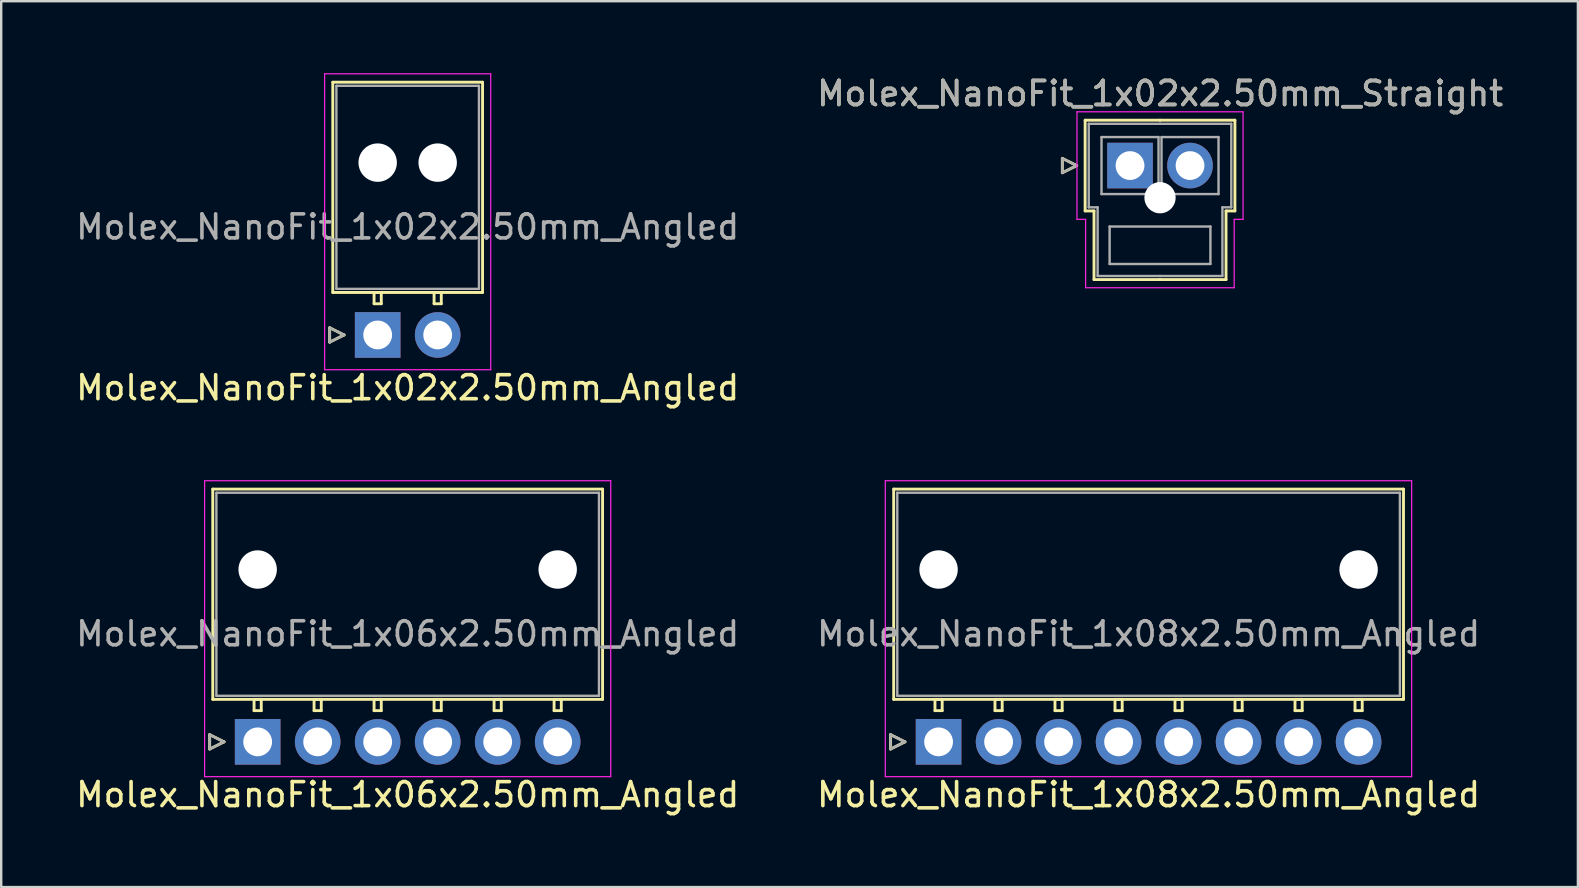
<source format=kicad_pcb>
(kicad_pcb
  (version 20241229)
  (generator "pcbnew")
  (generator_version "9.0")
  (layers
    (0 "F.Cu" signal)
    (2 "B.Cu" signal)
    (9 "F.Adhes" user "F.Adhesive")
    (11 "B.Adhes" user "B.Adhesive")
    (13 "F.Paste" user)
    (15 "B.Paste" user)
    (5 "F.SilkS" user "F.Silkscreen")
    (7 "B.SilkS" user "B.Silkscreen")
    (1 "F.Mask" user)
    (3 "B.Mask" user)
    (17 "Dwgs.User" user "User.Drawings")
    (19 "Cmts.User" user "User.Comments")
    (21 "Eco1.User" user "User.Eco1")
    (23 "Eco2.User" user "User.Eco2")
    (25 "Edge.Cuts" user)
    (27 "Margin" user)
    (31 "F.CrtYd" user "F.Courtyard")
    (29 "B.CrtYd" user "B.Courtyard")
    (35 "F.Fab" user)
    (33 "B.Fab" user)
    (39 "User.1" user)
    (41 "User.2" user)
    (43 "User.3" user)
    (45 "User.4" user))
  (footprint "Molex_NanoFit_1x08x2.50mm_Angled"
    (layer "F.Cu")
    (at 36.054 27.858)
    (property "Reference" "Molex_NanoFit_1x08x2.50mm_Angled" (at 8.75 2.2 0) (layer "F.SilkS") (effects (font (size 1 1) (thickness 0.15))))
    (attr through_hole)
    (fp_line (start -2 -0.3) (end -1.4 0) (stroke (width 0.12) (type solid)) (layer "F.SilkS"))
    (fp_line (start -2 0.3) (end -2 -0.3) (stroke (width 0.12) (type solid)) (layer "F.SilkS"))
    (fp_line (start -1.87 -10.53) (end -1.87 -1.77) (stroke (width 0.12) (type solid)) (layer "F.SilkS"))
    (fp_line (start -1.87 -1.77) (end 19.37 -1.77) (stroke (width 0.12) (type solid)) (layer "F.SilkS"))
    (fp_line (start -1.4 0) (end -2 0.3) (stroke (width 0.12) (type solid)) (layer "F.SilkS"))
    (fp_line (start -0.15 -1.77) (end -0.15 -1.3) (stroke (width 0.12) (type solid)) (layer "F.SilkS"))
    (fp_line (start -0.15 -1.3) (end 0.15 -1.3) (stroke (width 0.12) (type solid)) (layer "F.SilkS"))
    (fp_line (start 0.15 -1.77) (end -0.15 -1.77) (stroke (width 0.12) (type solid)) (layer "F.SilkS"))
    (fp_line (start 0.15 -1.3) (end 0.15 -1.77) (stroke (width 0.12) (type solid)) (layer "F.SilkS"))
    (fp_line (start 2.35 -1.77) (end 2.35 -1.3) (stroke (width 0.12) (type solid)) (layer "F.SilkS"))
    (fp_line (start 2.35 -1.3) (end 2.65 -1.3) (stroke (width 0.12) (type solid)) (layer "F.SilkS"))
    (fp_line (start 2.65 -1.77) (end 2.35 -1.77) (stroke (width 0.12) (type solid)) (layer "F.SilkS"))
    (fp_line (start 2.65 -1.3) (end 2.65 -1.77) (stroke (width 0.12) (type solid)) (layer "F.SilkS"))
    (fp_line (start 4.85 -1.77) (end 4.85 -1.3) (stroke (width 0.12) (type solid)) (layer "F.SilkS"))
    (fp_line (start 4.85 -1.3) (end 5.15 -1.3) (stroke (width 0.12) (type solid)) (layer "F.SilkS"))
    (fp_line (start 5.15 -1.77) (end 4.85 -1.77) (stroke (width 0.12) (type solid)) (layer "F.SilkS"))
    (fp_line (start 5.15 -1.3) (end 5.15 -1.77) (stroke (width 0.12) (type solid)) (layer "F.SilkS"))
    (fp_line (start 7.35 -1.77) (end 7.35 -1.3) (stroke (width 0.12) (type solid)) (layer "F.SilkS"))
    (fp_line (start 7.35 -1.3) (end 7.65 -1.3) (stroke (width 0.12) (type solid)) (layer "F.SilkS"))
    (fp_line (start 7.65 -1.77) (end 7.35 -1.77) (stroke (width 0.12) (type solid)) (layer "F.SilkS"))
    (fp_line (start 7.65 -1.3) (end 7.65 -1.77) (stroke (width 0.12) (type solid)) (layer "F.SilkS"))
    (fp_line (start 9.85 -1.77) (end 9.85 -1.3) (stroke (width 0.12) (type solid)) (layer "F.SilkS"))
    (fp_line (start 9.85 -1.3) (end 10.15 -1.3) (stroke (width 0.12) (type solid)) (layer "F.SilkS"))
    (fp_line (start 10.15 -1.77) (end 9.85 -1.77) (stroke (width 0.12) (type solid)) (layer "F.SilkS"))
    (fp_line (start 10.15 -1.3) (end 10.15 -1.77) (stroke (width 0.12) (type solid)) (layer "F.SilkS"))
    (fp_line (start 12.35 -1.77) (end 12.35 -1.3) (stroke (width 0.12) (type solid)) (layer "F.SilkS"))
    (fp_line (start 12.35 -1.3) (end 12.65 -1.3) (stroke (width 0.12) (type solid)) (layer "F.SilkS"))
    (fp_line (start 12.65 -1.77) (end 12.35 -1.77) (stroke (width 0.12) (type solid)) (layer "F.SilkS"))
    (fp_line (start 12.65 -1.3) (end 12.65 -1.77) (stroke (width 0.12) (type solid)) (layer "F.SilkS"))
    (fp_line (start 14.85 -1.77) (end 14.85 -1.3) (stroke (width 0.12) (type solid)) (layer "F.SilkS"))
    (fp_line (start 14.85 -1.3) (end 15.15 -1.3) (stroke (width 0.12) (type solid)) (layer "F.SilkS"))
    (fp_line (start 15.15 -1.77) (end 14.85 -1.77) (stroke (width 0.12) (type solid)) (layer "F.SilkS"))
    (fp_line (start 15.15 -1.3) (end 15.15 -1.77) (stroke (width 0.12) (type solid)) (layer "F.SilkS"))
    (fp_line (start 17.35 -1.77) (end 17.35 -1.3) (stroke (width 0.12) (type solid)) (layer "F.SilkS"))
    (fp_line (start 17.35 -1.3) (end 17.65 -1.3) (stroke (width 0.12) (type solid)) (layer "F.SilkS"))
    (fp_line (start 17.65 -1.77) (end 17.35 -1.77) (stroke (width 0.12) (type solid)) (layer "F.SilkS"))
    (fp_line (start 17.65 -1.3) (end 17.65 -1.77) (stroke (width 0.12) (type solid)) (layer "F.SilkS"))
    (fp_line (start 19.37 -10.53) (end -1.87 -10.53) (stroke (width 0.12) (type solid)) (layer "F.SilkS"))
    (fp_line (start 19.37 -1.77) (end 19.37 -10.53) (stroke (width 0.12) (type solid)) (layer "F.SilkS"))
    (fp_line (start -2.22 -10.88) (end -2.22 1.45) (stroke (width 0.05) (type solid)) (layer "F.CrtYd"))
    (fp_line (start -2.22 1.45) (end 19.71 1.45) (stroke (width 0.05) (type solid)) (layer "F.CrtYd"))
    (fp_line (start 19.71 -10.88) (end -2.22 -10.88) (stroke (width 0.05) (type solid)) (layer "F.CrtYd"))
    (fp_line (start 19.71 1.45) (end 19.71 -10.88) (stroke (width 0.05) (type solid)) (layer "F.CrtYd"))
    (fp_line (start -2 -0.3) (end -1.4 0) (stroke (width 0.1) (type solid)) (layer "F.Fab"))
    (fp_line (start -2 0.3) (end -2 -0.3) (stroke (width 0.1) (type solid)) (layer "F.Fab"))
    (fp_line (start -1.72 -10.38) (end -1.72 -1.92) (stroke (width 0.1) (type solid)) (layer "F.Fab"))
    (fp_line (start -1.72 -1.92) (end 19.22 -1.92) (stroke (width 0.1) (type solid)) (layer "F.Fab"))
    (fp_line (start -1.4 0) (end -2 0.3) (stroke (width 0.1) (type solid)) (layer "F.Fab"))
    (fp_line (start 19.22 -10.38) (end -1.72 -10.38) (stroke (width 0.1) (type solid)) (layer "F.Fab"))
    (fp_line (start 19.22 -1.92) (end 19.22 -10.38) (stroke (width 0.1) (type solid)) (layer "F.Fab"))
    (fp_text user "${REFERENCE}" (at 8.75 -4.5 0) (layer "F.Fab") (effects (font (size 1 1) (thickness 0.15))))
    (pad "" np_thru_hole circle (at 0 -7.18) (size 1.6 1.6) (drill 1.6) (layers "*.Cu" "*.Mask"))
    (pad "" np_thru_hole circle (at 17.5 -7.18) (size 1.6 1.6) (drill 1.6) (layers "*.Cu" "*.Mask"))
    (pad "1" thru_hole rect (at 0 0) (size 1.9 1.9) (drill 1.2) (layers "*.Cu" "*.Mask"))
    (pad "2" thru_hole circle (at 2.5 0) (size 1.9 1.9) (drill 1.2) (layers "*.Cu" "*.Mask"))
    (pad "3" thru_hole circle (at 5 0) (size 1.9 1.9) (drill 1.2) (layers "*.Cu" "*.Mask"))
    (pad "4" thru_hole circle (at 7.5 0) (size 1.9 1.9) (drill 1.2) (layers "*.Cu" "*.Mask"))
    (pad "5" thru_hole circle (at 10 0) (size 1.9 1.9) (drill 1.2) (layers "*.Cu" "*.Mask"))
    (pad "6" thru_hole circle (at 12.5 0) (size 1.9 1.9) (drill 1.2) (layers "*.Cu" "*.Mask"))
    (pad "7" thru_hole circle (at 15 0) (size 1.9 1.9) (drill 1.2) (layers "*.Cu" "*.Mask"))
    (pad "8" thru_hole circle (at 17.5 0) (size 1.9 1.9) (drill 1.2) (layers "*.Cu" "*.Mask")))
  (footprint "Molex_NanoFit_1x06x2.50mm_Angled"
    (layer "F.Cu")
    (at 7.685 27.858)
    (property "Reference" "Molex_NanoFit_1x06x2.50mm_Angled" (at 6.25 2.2 0) (layer "F.SilkS") (effects (font (size 1 1) (thickness 0.15))))
    (attr through_hole)
    (fp_line (start -2 -0.3) (end -1.4 0) (stroke (width 0.12) (type solid)) (layer "F.SilkS"))
    (fp_line (start -2 0.3) (end -2 -0.3) (stroke (width 0.12) (type solid)) (layer "F.SilkS"))
    (fp_line (start -1.87 -10.53) (end -1.87 -1.77) (stroke (width 0.12) (type solid)) (layer "F.SilkS"))
    (fp_line (start -1.87 -1.77) (end 14.37 -1.77) (stroke (width 0.12) (type solid)) (layer "F.SilkS"))
    (fp_line (start -1.4 0) (end -2 0.3) (stroke (width 0.12) (type solid)) (layer "F.SilkS"))
    (fp_line (start -0.15 -1.77) (end -0.15 -1.3) (stroke (width 0.12) (type solid)) (layer "F.SilkS"))
    (fp_line (start -0.15 -1.3) (end 0.15 -1.3) (stroke (width 0.12) (type solid)) (layer "F.SilkS"))
    (fp_line (start 0.15 -1.77) (end -0.15 -1.77) (stroke (width 0.12) (type solid)) (layer "F.SilkS"))
    (fp_line (start 0.15 -1.3) (end 0.15 -1.77) (stroke (width 0.12) (type solid)) (layer "F.SilkS"))
    (fp_line (start 2.35 -1.77) (end 2.35 -1.3) (stroke (width 0.12) (type solid)) (layer "F.SilkS"))
    (fp_line (start 2.35 -1.3) (end 2.65 -1.3) (stroke (width 0.12) (type solid)) (layer "F.SilkS"))
    (fp_line (start 2.65 -1.77) (end 2.35 -1.77) (stroke (width 0.12) (type solid)) (layer "F.SilkS"))
    (fp_line (start 2.65 -1.3) (end 2.65 -1.77) (stroke (width 0.12) (type solid)) (layer "F.SilkS"))
    (fp_line (start 4.85 -1.77) (end 4.85 -1.3) (stroke (width 0.12) (type solid)) (layer "F.SilkS"))
    (fp_line (start 4.85 -1.3) (end 5.15 -1.3) (stroke (width 0.12) (type solid)) (layer "F.SilkS"))
    (fp_line (start 5.15 -1.77) (end 4.85 -1.77) (stroke (width 0.12) (type solid)) (layer "F.SilkS"))
    (fp_line (start 5.15 -1.3) (end 5.15 -1.77) (stroke (width 0.12) (type solid)) (layer "F.SilkS"))
    (fp_line (start 7.35 -1.77) (end 7.35 -1.3) (stroke (width 0.12) (type solid)) (layer "F.SilkS"))
    (fp_line (start 7.35 -1.3) (end 7.65 -1.3) (stroke (width 0.12) (type solid)) (layer "F.SilkS"))
    (fp_line (start 7.65 -1.77) (end 7.35 -1.77) (stroke (width 0.12) (type solid)) (layer "F.SilkS"))
    (fp_line (start 7.65 -1.3) (end 7.65 -1.77) (stroke (width 0.12) (type solid)) (layer "F.SilkS"))
    (fp_line (start 9.85 -1.77) (end 9.85 -1.3) (stroke (width 0.12) (type solid)) (layer "F.SilkS"))
    (fp_line (start 9.85 -1.3) (end 10.15 -1.3) (stroke (width 0.12) (type solid)) (layer "F.SilkS"))
    (fp_line (start 10.15 -1.77) (end 9.85 -1.77) (stroke (width 0.12) (type solid)) (layer "F.SilkS"))
    (fp_line (start 10.15 -1.3) (end 10.15 -1.77) (stroke (width 0.12) (type solid)) (layer "F.SilkS"))
    (fp_line (start 12.35 -1.77) (end 12.35 -1.3) (stroke (width 0.12) (type solid)) (layer "F.SilkS"))
    (fp_line (start 12.35 -1.3) (end 12.65 -1.3) (stroke (width 0.12) (type solid)) (layer "F.SilkS"))
    (fp_line (start 12.65 -1.77) (end 12.35 -1.77) (stroke (width 0.12) (type solid)) (layer "F.SilkS"))
    (fp_line (start 12.65 -1.3) (end 12.65 -1.77) (stroke (width 0.12) (type solid)) (layer "F.SilkS"))
    (fp_line (start 14.37 -10.53) (end -1.87 -10.53) (stroke (width 0.12) (type solid)) (layer "F.SilkS"))
    (fp_line (start 14.37 -1.77) (end 14.37 -10.53) (stroke (width 0.12) (type solid)) (layer "F.SilkS"))
    (fp_line (start -2.21 -10.88) (end -2.21 1.45) (stroke (width 0.05) (type solid)) (layer "F.CrtYd"))
    (fp_line (start -2.21 1.45) (end 14.71 1.45) (stroke (width 0.05) (type solid)) (layer "F.CrtYd"))
    (fp_line (start 14.71 -10.88) (end -2.21 -10.88) (stroke (width 0.05) (type solid)) (layer "F.CrtYd"))
    (fp_line (start 14.71 1.45) (end 14.71 -10.88) (stroke (width 0.05) (type solid)) (layer "F.CrtYd"))
    (fp_line (start -2 -0.3) (end -1.4 0) (stroke (width 0.1) (type solid)) (layer "F.Fab"))
    (fp_line (start -2 0.3) (end -2 -0.3) (stroke (width 0.1) (type solid)) (layer "F.Fab"))
    (fp_line (start -1.72 -10.38) (end -1.72 -1.92) (stroke (width 0.1) (type solid)) (layer "F.Fab"))
    (fp_line (start -1.72 -1.92) (end 14.22 -1.92) (stroke (width 0.1) (type solid)) (layer "F.Fab"))
    (fp_line (start -1.4 0) (end -2 0.3) (stroke (width 0.1) (type solid)) (layer "F.Fab"))
    (fp_line (start 14.22 -10.38) (end -1.72 -10.38) (stroke (width 0.1) (type solid)) (layer "F.Fab"))
    (fp_line (start 14.22 -1.92) (end 14.22 -10.38) (stroke (width 0.1) (type solid)) (layer "F.Fab"))
    (fp_text user "${REFERENCE}" (at 6.25 -4.5 0) (layer "F.Fab") (effects (font (size 1 1) (thickness 0.15))))
    (pad "" np_thru_hole circle (at 0 -7.18) (size 1.6 1.6) (drill 1.6) (layers "*.Cu" "*.Mask"))
    (pad "" np_thru_hole circle (at 12.5 -7.18) (size 1.6 1.6) (drill 1.6) (layers "*.Cu" "*.Mask"))
    (pad "1" thru_hole rect (at 0 0) (size 1.9 1.9) (drill 1.2) (layers "*.Cu" "*.Mask"))
    (pad "2" thru_hole circle (at 2.5 0) (size 1.9 1.9) (drill 1.2) (layers "*.Cu" "*.Mask"))
    (pad "3" thru_hole circle (at 5 0) (size 1.9 1.9) (drill 1.2) (layers "*.Cu" "*.Mask"))
    (pad "4" thru_hole circle (at 7.5 0) (size 1.9 1.9) (drill 1.2) (layers "*.Cu" "*.Mask"))
    (pad "5" thru_hole circle (at 10 0) (size 1.9 1.9) (drill 1.2) (layers "*.Cu" "*.Mask"))
    (pad "6" thru_hole circle (at 12.5 0) (size 1.9 1.9) (drill 1.2) (layers "*.Cu" "*.Mask")))
  (footprint "Molex_NanoFit_1x02x2.50mm_Angled"
    (layer "F.Cu")
    (at 12.685 10.905)
    (property "Reference" "Molex_NanoFit_1x02x2.50mm_Angled" (at 1.25 2.2 0) (layer "F.SilkS") (effects (font (size 1 1) (thickness 0.15))))
    (attr through_hole)
    (fp_line (start -2 -0.3) (end -1.4 0) (stroke (width 0.12) (type solid)) (layer "F.SilkS"))
    (fp_line (start -2 0.3) (end -2 -0.3) (stroke (width 0.12) (type solid)) (layer "F.SilkS"))
    (fp_line (start -1.87 -10.53) (end -1.87 -1.77) (stroke (width 0.12) (type solid)) (layer "F.SilkS"))
    (fp_line (start -1.87 -1.77) (end 4.37 -1.77) (stroke (width 0.12) (type solid)) (layer "F.SilkS"))
    (fp_line (start -1.4 0) (end -2 0.3) (stroke (width 0.12) (type solid)) (layer "F.SilkS"))
    (fp_line (start -0.15 -1.77) (end -0.15 -1.3) (stroke (width 0.12) (type solid)) (layer "F.SilkS"))
    (fp_line (start -0.15 -1.3) (end 0.15 -1.3) (stroke (width 0.12) (type solid)) (layer "F.SilkS"))
    (fp_line (start 0.15 -1.77) (end -0.15 -1.77) (stroke (width 0.12) (type solid)) (layer "F.SilkS"))
    (fp_line (start 0.15 -1.3) (end 0.15 -1.77) (stroke (width 0.12) (type solid)) (layer "F.SilkS"))
    (fp_line (start 2.35 -1.77) (end 2.35 -1.3) (stroke (width 0.12) (type solid)) (layer "F.SilkS"))
    (fp_line (start 2.35 -1.3) (end 2.65 -1.3) (stroke (width 0.12) (type solid)) (layer "F.SilkS"))
    (fp_line (start 2.65 -1.77) (end 2.35 -1.77) (stroke (width 0.12) (type solid)) (layer "F.SilkS"))
    (fp_line (start 2.65 -1.3) (end 2.65 -1.77) (stroke (width 0.12) (type solid)) (layer "F.SilkS"))
    (fp_line (start 4.37 -10.53) (end -1.87 -10.53) (stroke (width 0.12) (type solid)) (layer "F.SilkS"))
    (fp_line (start 4.37 -1.77) (end 4.37 -10.53) (stroke (width 0.12) (type solid)) (layer "F.SilkS"))
    (fp_line (start -2.21 -10.88) (end -2.21 1.45) (stroke (width 0.05) (type solid)) (layer "F.CrtYd"))
    (fp_line (start -2.21 1.45) (end 4.71 1.45) (stroke (width 0.05) (type solid)) (layer "F.CrtYd"))
    (fp_line (start 4.71 -10.88) (end -2.21 -10.88) (stroke (width 0.05) (type solid)) (layer "F.CrtYd"))
    (fp_line (start 4.71 1.45) (end 4.71 -10.88) (stroke (width 0.05) (type solid)) (layer "F.CrtYd"))
    (fp_line (start -2 -0.3) (end -1.4 0) (stroke (width 0.1) (type solid)) (layer "F.Fab"))
    (fp_line (start -2 0.3) (end -2 -0.3) (stroke (width 0.1) (type solid)) (layer "F.Fab"))
    (fp_line (start -1.72 -10.38) (end -1.72 -1.92) (stroke (width 0.1) (type solid)) (layer "F.Fab"))
    (fp_line (start -1.72 -1.92) (end 4.22 -1.92) (stroke (width 0.1) (type solid)) (layer "F.Fab"))
    (fp_line (start -1.4 0) (end -2 0.3) (stroke (width 0.1) (type solid)) (layer "F.Fab"))
    (fp_line (start 4.22 -10.38) (end -1.72 -10.38) (stroke (width 0.1) (type solid)) (layer "F.Fab"))
    (fp_line (start 4.22 -1.92) (end 4.22 -10.38) (stroke (width 0.1) (type solid)) (layer "F.Fab"))
    (fp_text user "${REFERENCE}" (at 1.25 -4.5 0) (layer "F.Fab") (effects (font (size 1 1) (thickness 0.15))))
    (pad "" np_thru_hole circle (at 0 -7.18) (size 1.6 1.6) (drill 1.6) (layers "*.Cu" "*.Mask"))
    (pad "" np_thru_hole circle (at 2.5 -7.18) (size 1.6 1.6) (drill 1.6) (layers "*.Cu" "*.Mask"))
    (pad "1" thru_hole rect (at 0 0) (size 1.9 1.9) (drill 1.2) (layers "*.Cu" "*.Mask"))
    (pad "2" thru_hole circle (at 2.5 0) (size 1.9 1.9) (drill 1.2) (layers "*.Cu" "*.Mask")))
  (footprint "Molex_NanoFit_1x02x2.50mm_Straight"
    (layer "F.Cu")
    (at 44.03 3.848)
    (property "Reference" "Molex_NanoFit_1x02x2.50mm_Straight" (at 1.25 -3 0) (layer "F.SilkS") (effects (font (size 1 1) (thickness 0.15))))
    (attr through_hole)
    (fp_line (start -2.82 -0.3) (end -2.22 0) (stroke (width 0.12) (type solid)) (layer "F.SilkS"))
    (fp_line (start -2.82 0.3) (end -2.82 -0.3) (stroke (width 0.12) (type solid)) (layer "F.SilkS"))
    (fp_line (start -2.22 0) (end -2.82 0.3) (stroke (width 0.12) (type solid)) (layer "F.SilkS"))
    (fp_line (start -1.87 -1.89) (end -1.87 1.89) (stroke (width 0.12) (type solid)) (layer "F.SilkS"))
    (fp_line (start -1.87 1.89) (end -1.5 1.89) (stroke (width 0.12) (type solid)) (layer "F.SilkS"))
    (fp_line (start -1.5 1.89) (end -1.5 4.75) (stroke (width 0.12) (type solid)) (layer "F.SilkS"))
    (fp_line (start -1.5 4.75) (end 1.25 4.75) (stroke (width 0.12) (type solid)) (layer "F.SilkS"))
    (fp_line (start 1.25 -1.89) (end -1.87 -1.89) (stroke (width 0.12) (type solid)) (layer "F.SilkS"))
    (fp_line (start 1.25 -1.89) (end 4.37 -1.89) (stroke (width 0.12) (type solid)) (layer "F.SilkS"))
    (fp_line (start 4 1.89) (end 4 4.75) (stroke (width 0.12) (type solid)) (layer "F.SilkS"))
    (fp_line (start 4 4.75) (end 1.25 4.75) (stroke (width 0.12) (type solid)) (layer "F.SilkS"))
    (fp_line (start 4.37 -1.89) (end 4.37 1.89) (stroke (width 0.12) (type solid)) (layer "F.SilkS"))
    (fp_line (start 4.37 1.89) (end 4 1.89) (stroke (width 0.12) (type solid)) (layer "F.SilkS"))
    (fp_line (start -2.21 -2.24) (end -2.21 2.24) (stroke (width 0.05) (type solid)) (layer "F.CrtYd"))
    (fp_line (start -2.21 2.24) (end -1.85 2.24) (stroke (width 0.05) (type solid)) (layer "F.CrtYd"))
    (fp_line (start -1.85 2.24) (end -1.85 5.09) (stroke (width 0.05) (type solid)) (layer "F.CrtYd"))
    (fp_line (start -1.85 5.09) (end 4.34 5.09) (stroke (width 0.05) (type solid)) (layer "F.CrtYd"))
    (fp_line (start 4.34 2.24) (end 4.71 2.24) (stroke (width 0.05) (type solid)) (layer "F.CrtYd"))
    (fp_line (start 4.34 5.09) (end 4.34 2.24) (stroke (width 0.05) (type solid)) (layer "F.CrtYd"))
    (fp_line (start 4.71 -2.24) (end -2.21 -2.24) (stroke (width 0.05) (type solid)) (layer "F.CrtYd"))
    (fp_line (start 4.71 2.24) (end 4.71 -2.24) (stroke (width 0.05) (type solid)) (layer "F.CrtYd"))
    (fp_line (start -2.82 -0.3) (end -2.22 0) (stroke (width 0.1) (type solid)) (layer "F.Fab"))
    (fp_line (start -2.82 0.3) (end -2.82 -0.3) (stroke (width 0.1) (type solid)) (layer "F.Fab"))
    (fp_line (start -2.22 0) (end -2.82 0.3) (stroke (width 0.1) (type solid)) (layer "F.Fab"))
    (fp_line (start -1.72 -1.74) (end -1.72 1.74) (stroke (width 0.1) (type solid)) (layer "F.Fab"))
    (fp_line (start -1.72 1.74) (end -1.35 1.74) (stroke (width 0.1) (type solid)) (layer "F.Fab"))
    (fp_line (start -1.35 1.74) (end -1.35 4.6) (stroke (width 0.1) (type solid)) (layer "F.Fab"))
    (fp_line (start -1.35 4.6) (end 1.25 4.6) (stroke (width 0.1) (type solid)) (layer "F.Fab"))
    (fp_line (start -1.188 -1.188) (end -1.188 1.188) (stroke (width 0.1) (type solid)) (layer "F.Fab"))
    (fp_line (start -1.188 1.188) (end 1.188 1.188) (stroke (width 0.1) (type solid)) (layer "F.Fab"))
    (fp_line (start -0.85 2.54) (end -0.85 4.1) (stroke (width 0.1) (type solid)) (layer "F.Fab"))
    (fp_line (start -0.85 4.1) (end 3.35 4.1) (stroke (width 0.1) (type solid)) (layer "F.Fab"))
    (fp_line (start 1.188 -1.188) (end -1.188 -1.188) (stroke (width 0.1) (type solid)) (layer "F.Fab"))
    (fp_line (start 1.188 1.188) (end 1.188 -1.188) (stroke (width 0.1) (type solid)) (layer "F.Fab"))
    (fp_line (start 1.25 -1.74) (end -1.72 -1.74) (stroke (width 0.1) (type solid)) (layer "F.Fab"))
    (fp_line (start 1.25 -1.74) (end 4.22 -1.74) (stroke (width 0.1) (type solid)) (layer "F.Fab"))
    (fp_line (start 1.312 -1.188) (end 1.312 1.188) (stroke (width 0.1) (type solid)) (layer "F.Fab"))
    (fp_line (start 1.312 1.188) (end 3.688 1.188) (stroke (width 0.1) (type solid)) (layer "F.Fab"))
    (fp_line (start 3.35 2.54) (end -0.85 2.54) (stroke (width 0.1) (type solid)) (layer "F.Fab"))
    (fp_line (start 3.35 4.1) (end 3.35 2.54) (stroke (width 0.1) (type solid)) (layer "F.Fab"))
    (fp_line (start 3.688 -1.188) (end 1.312 -1.188) (stroke (width 0.1) (type solid)) (layer "F.Fab"))
    (fp_line (start 3.688 1.188) (end 3.688 -1.188) (stroke (width 0.1) (type solid)) (layer "F.Fab"))
    (fp_line (start 3.85 1.74) (end 3.85 4.6) (stroke (width 0.1) (type solid)) (layer "F.Fab"))
    (fp_line (start 3.85 4.6) (end 1.25 4.6) (stroke (width 0.1) (type solid)) (layer "F.Fab"))
    (fp_line (start 4.22 -1.74) (end 4.22 1.74) (stroke (width 0.1) (type solid)) (layer "F.Fab"))
    (fp_line (start 4.22 1.74) (end 3.85 1.74) (stroke (width 0.1) (type solid)) (layer "F.Fab"))
    (fp_text user "${REFERENCE}" (at 1.25 -3 0) (layer "F.Fab") (effects (font (size 1 1) (thickness 0.15))))
    (pad "" np_thru_hole circle (at 1.25 1.34) (size 1.3 1.3) (drill 1.3) (layers "*.Cu" "*.Mask"))
    (pad "1" thru_hole rect (at 0 0) (size 1.9 1.9) (drill 1.2) (layers "*.Cu" "*.Mask"))
    (pad "2" thru_hole circle (at 2.5 0) (size 1.9 1.9) (drill 1.2) (layers "*.Cu" "*.Mask")))
  (gr_rect
    (start -3 -3)
    (end 62.69 33.907)
    (stroke (width 0.1) (type default))
    (fill no)
    (layer "Edge.Cuts")))
</source>
